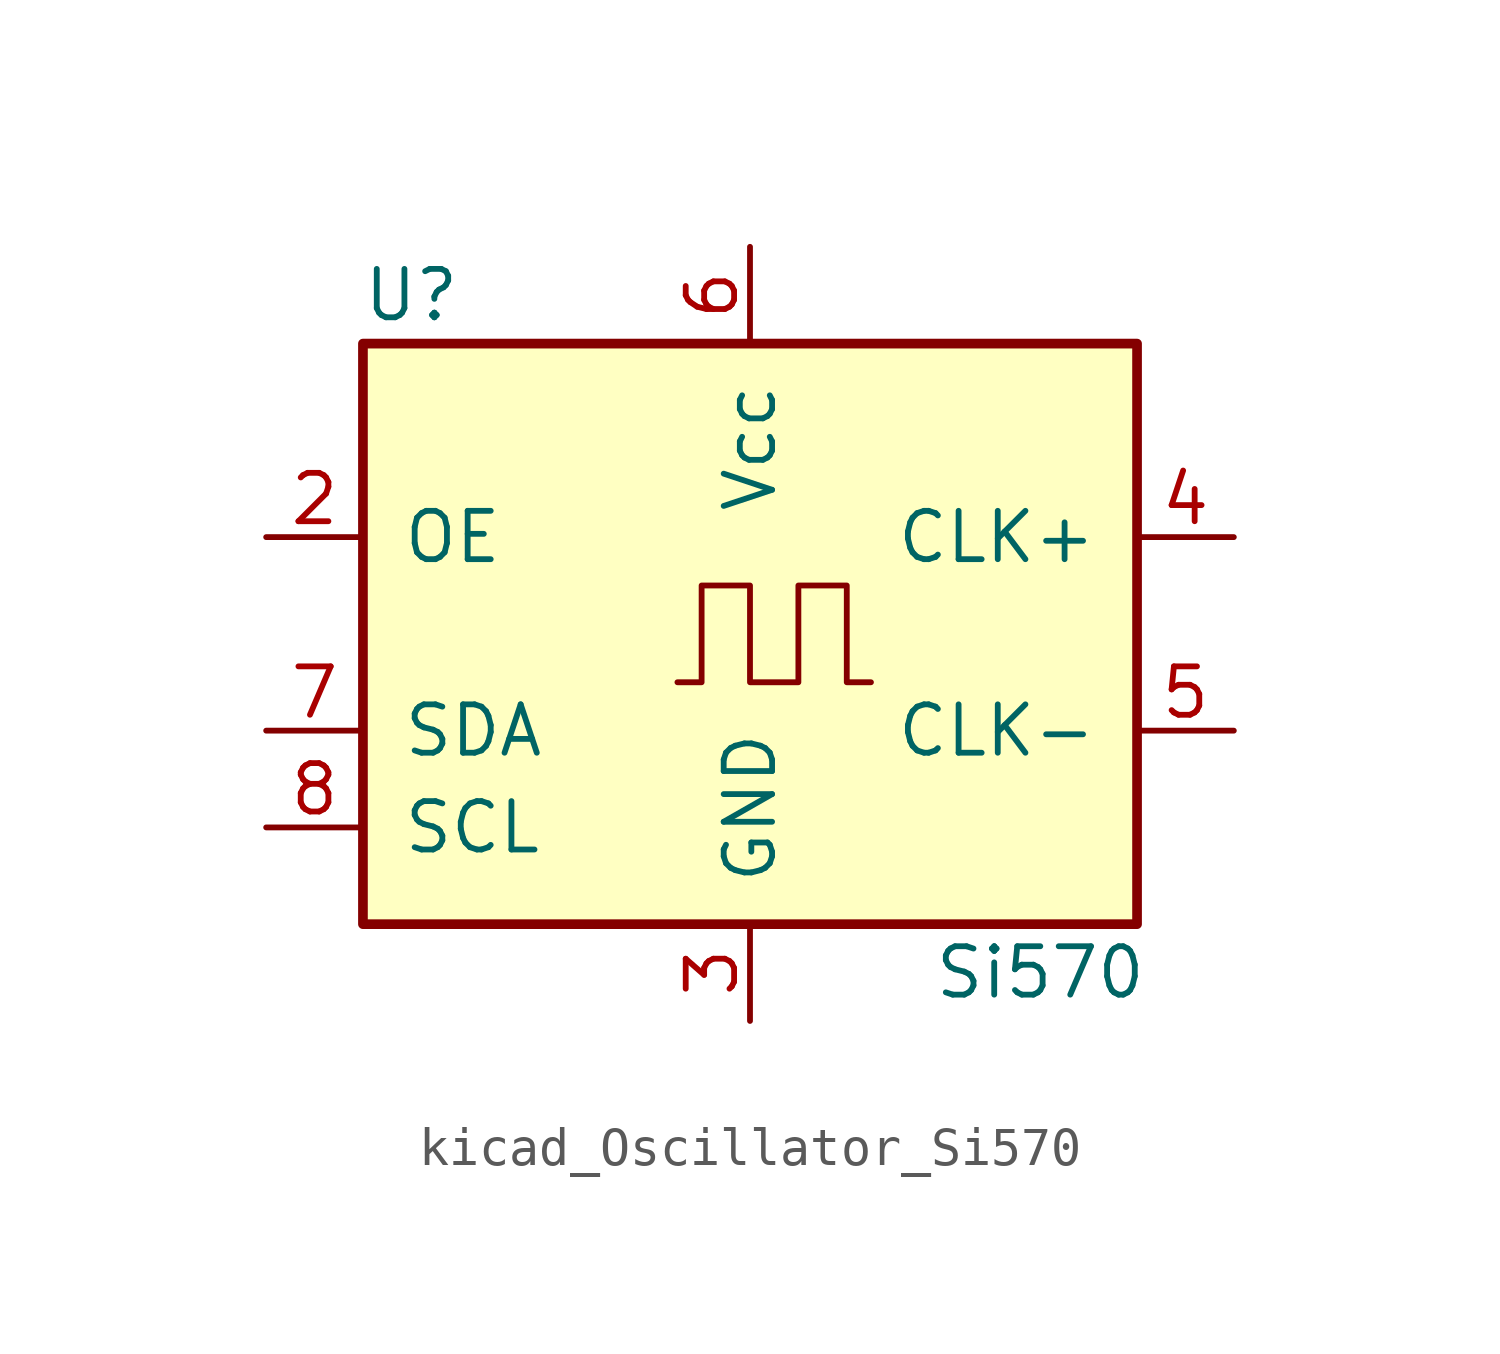
<source format=kicad_sym>
(kicad_symbol_lib
  (version 20220914)
  (generator kicad_symbol_editor)
  (symbol "kicad_Oscillator_Si570"
    (pin_names
      (offset 1.016))
    (property "Reference" "U"
      (at -8.89 8.89 0)
      (effects (font (size 1.27 1.27))))
    (property "Value" "Si570"
      (at 7.62 -8.89 0)
      (effects (font (size 1.27 1.27))))
    (symbol "kicad_Oscillator_Si570_0_1"
      (rectangle (start -10.16 7.62) (end 10.16 -7.62) (stroke (width 0.254) (type default)) (fill (type background)))
      (polyline (pts (xy -1.905 -1.27) (xy -1.27 -1.27) (xy -1.27 1.27) (xy 0 1.27) (xy 0 -1.27) (xy 1.27 -1.27) (xy 1.27 1.27) (xy 2.54 1.27) (xy 2.54 -1.27) (xy 3.175 -1.27)) (stroke (width 0) (type default)) (fill (type none))))
    (symbol "kicad_Oscillator_Si570_1_1"
      (pin no_connect line (at -10.16 5.08 0) (length 2.54) hide (name "NC" (effects (font (size 1.27 1.27)))) (number "1" (effects (font (size 1.27 1.27)))))
      (pin input line (at -12.7 2.54 0) (length 2.54) (name "OE" (effects (font (size 1.27 1.27)))) (number "2" (effects (font (size 1.27 1.27)))))
      (pin power_in line (at 0 -10.16 90) (length 2.54) (name "GND" (effects (font (size 1.27 1.27)))) (number "3" (effects (font (size 1.27 1.27)))))
      (pin output line (at 12.7 2.54 180) (length 2.54) (name "CLK+" (effects (font (size 1.27 1.27)))) (number "4" (effects (font (size 1.27 1.27)))))
      (pin output line (at 12.7 -2.54 180) (length 2.54) (name "CLK-" (effects (font (size 1.27 1.27)))) (number "5" (effects (font (size 1.27 1.27)))))
      (pin power_in line (at 0 10.16 270) (length 2.54) (name "Vcc" (effects (font (size 1.27 1.27)))) (number "6" (effects (font (size 1.27 1.27)))))
      (pin bidirectional line (at -12.7 -2.54 0) (length 2.54) (name "SDA" (effects (font (size 1.27 1.27)))) (number "7" (effects (font (size 1.27 1.27)))))
      (pin input line (at -12.7 -5.08 0) (length 2.54) (name "SCL" (effects (font (size 1.27 1.27)))) (number "8" (effects (font (size 1.27 1.27))))))))
</source>
